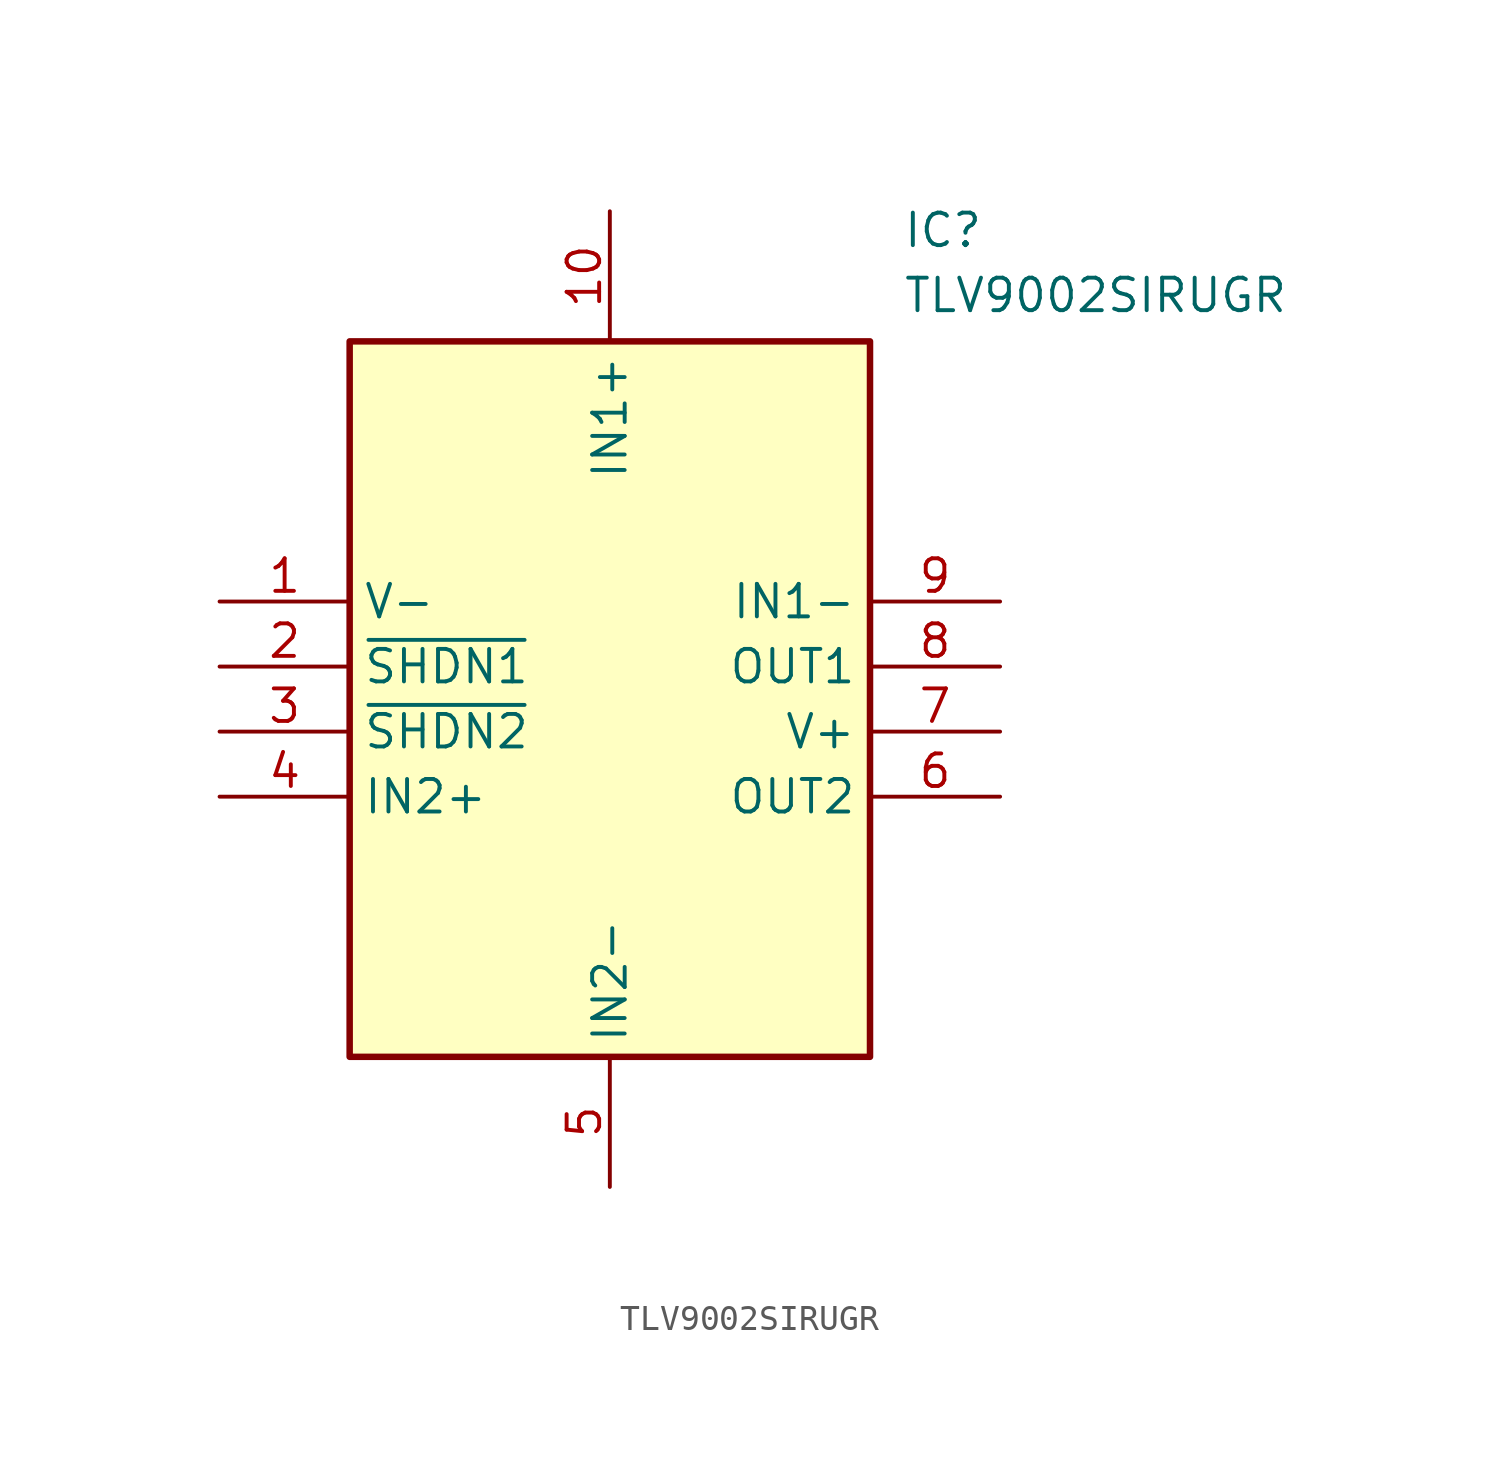
<source format=kicad_sym>
(kicad_symbol_lib
  (version 20211014)
  (generator SamacSys_ECAD_Model)
  (symbol "TLV9002SIRUGR"
    (property "Reference" "IC"
      (at 26.67 15.24 0)
      (effects (font (size 1.27 1.27)) (justify left top)))
    (property "Value" "TLV9002SIRUGR"
      (at 26.67 12.7 0)
      (effects (font (size 1.27 1.27)) (justify left top)))
    (rectangle
      (start 5.08 10.16)
      (end 25.4 -17.78)
      (stroke (width 0.254) (type default))
      (fill (type background)))
    (pin passive line
      (at 0 0 0)
      (length 5.08)
      (name "V-" (effects (font (size 1.27 1.27))))
      (number "1" (effects (font (size 1.27 1.27)))))
    (pin passive line
      (at 0 -2.54 0)
      (length 5.08)
      (name "~{SHDN1}" (effects (font (size 1.27 1.27))))
      (number "2" (effects (font (size 1.27 1.27)))))
    (pin passive line
      (at 0 -5.08 0)
      (length 5.08)
      (name "~{SHDN2}" (effects (font (size 1.27 1.27))))
      (number "3" (effects (font (size 1.27 1.27)))))
    (pin passive line
      (at 0 -7.62 0)
      (length 5.08)
      (name "IN2+" (effects (font (size 1.27 1.27))))
      (number "4" (effects (font (size 1.27 1.27)))))
    (pin passive line
      (at 15.24 -22.86 90)
      (length 5.08)
      (name "IN2-" (effects (font (size 1.27 1.27))))
      (number "5" (effects (font (size 1.27 1.27)))))
    (pin passive line
      (at 30.48 0 180)
      (length 5.08)
      (name "IN1-" (effects (font (size 1.27 1.27))))
      (number "9" (effects (font (size 1.27 1.27)))))
    (pin passive line
      (at 30.48 -2.54 180)
      (length 5.08)
      (name "OUT1" (effects (font (size 1.27 1.27))))
      (number "8" (effects (font (size 1.27 1.27)))))
    (pin passive line
      (at 30.48 -5.08 180)
      (length 5.08)
      (name "V+" (effects (font (size 1.27 1.27))))
      (number "7" (effects (font (size 1.27 1.27)))))
    (pin passive line
      (at 30.48 -7.62 180)
      (length 5.08)
      (name "OUT2" (effects (font (size 1.27 1.27))))
      (number "6" (effects (font (size 1.27 1.27)))))
    (pin passive line
      (at 15.24 15.24 270)
      (length 5.08)
      (name "IN1+" (effects (font (size 1.27 1.27))))
      (number "10" (effects (font (size 1.27 1.27)))))))
</source>
